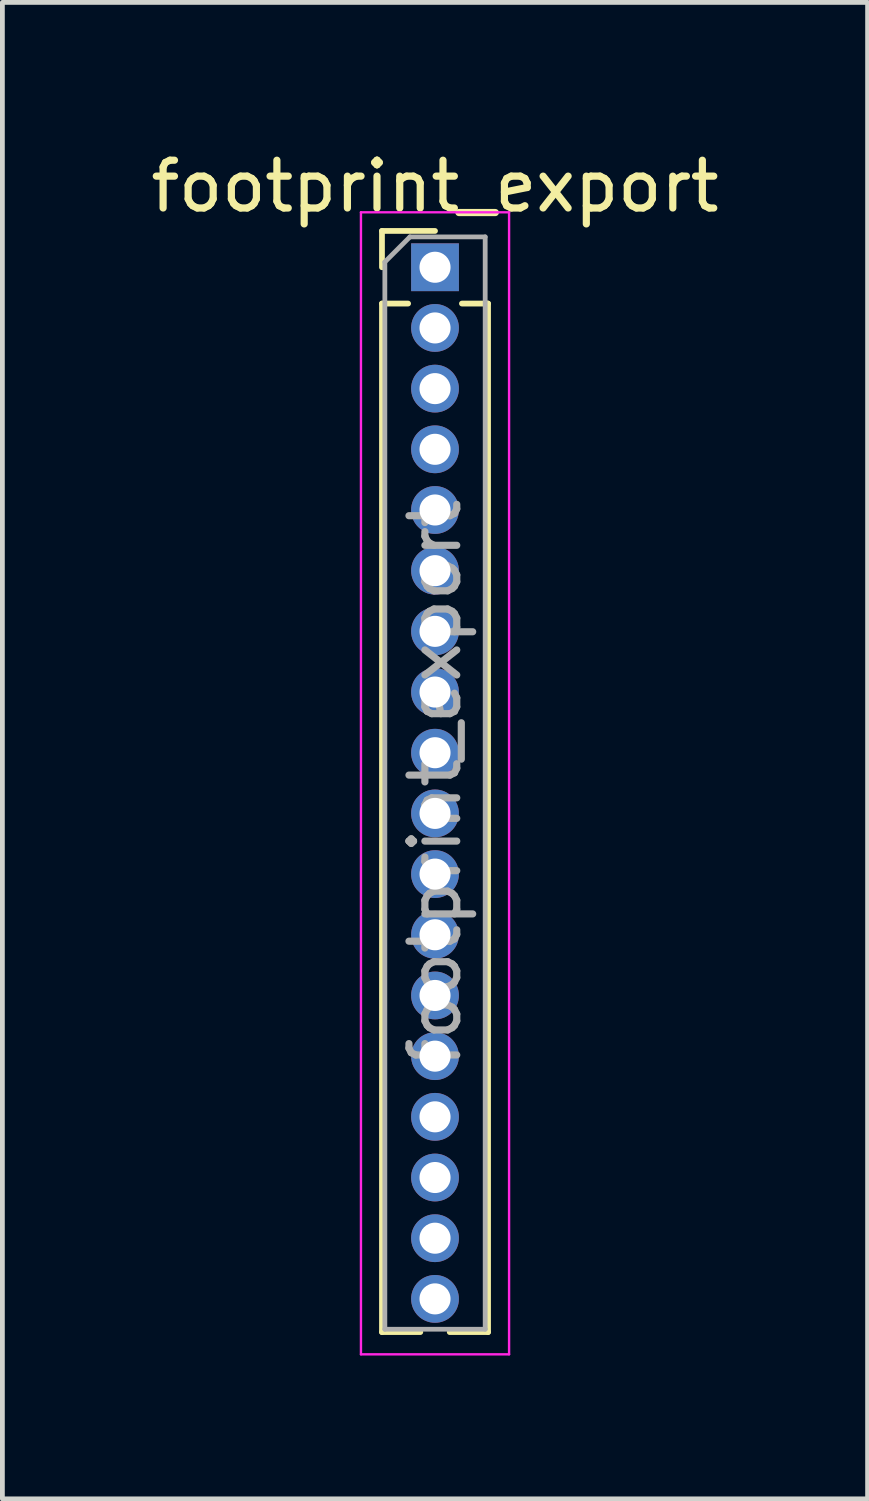
<source format=kicad_pcb>
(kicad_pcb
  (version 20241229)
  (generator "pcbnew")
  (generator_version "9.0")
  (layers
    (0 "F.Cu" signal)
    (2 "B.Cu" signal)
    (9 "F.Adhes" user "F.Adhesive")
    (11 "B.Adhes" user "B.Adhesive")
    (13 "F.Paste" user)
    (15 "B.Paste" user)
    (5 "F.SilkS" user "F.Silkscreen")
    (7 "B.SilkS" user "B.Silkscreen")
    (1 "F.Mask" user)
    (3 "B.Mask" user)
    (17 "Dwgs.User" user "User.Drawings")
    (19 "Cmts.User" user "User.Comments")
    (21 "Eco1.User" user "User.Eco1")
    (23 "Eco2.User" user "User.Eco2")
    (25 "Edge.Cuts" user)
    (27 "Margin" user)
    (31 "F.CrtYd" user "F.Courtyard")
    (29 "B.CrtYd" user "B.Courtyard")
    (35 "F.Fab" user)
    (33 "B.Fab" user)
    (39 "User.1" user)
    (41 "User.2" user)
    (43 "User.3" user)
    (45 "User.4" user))
  (footprint "footprint_export"
    (layer "F.Cu")
    (at 6.054 2.543)
    (property "Reference" "footprint_export" (at 0 -1.695 0) (layer "F.SilkS") (effects (font (size 1 1) (thickness 0.15))))
    (attr through_hole)
    (fp_line (start -1.11 -0.76) (end 0 -0.76) (stroke (width 0.12) (type solid)) (layer "F.SilkS"))
    (fp_line (start -1.11 0) (end -1.11 -0.76) (stroke (width 0.12) (type solid)) (layer "F.SilkS"))
    (fp_line (start -1.11 0.76) (end -1.11 22.285) (stroke (width 0.12) (type solid)) (layer "F.SilkS"))
    (fp_line (start -1.11 0.76) (end -0.563 0.76) (stroke (width 0.12) (type solid)) (layer "F.SilkS"))
    (fp_line (start -1.11 22.285) (end -0.308 22.285) (stroke (width 0.12) (type solid)) (layer "F.SilkS"))
    (fp_line (start 0.308 22.285) (end 1.11 22.285) (stroke (width 0.12) (type solid)) (layer "F.SilkS"))
    (fp_line (start 0.563 0.76) (end 1.11 0.76) (stroke (width 0.12) (type solid)) (layer "F.SilkS"))
    (fp_line (start 1.11 0.76) (end 1.11 22.285) (stroke (width 0.12) (type solid)) (layer "F.SilkS"))
    (fp_line (start -1.55 -1.15) (end -1.55 22.75) (stroke (width 0.05) (type solid)) (layer "F.CrtYd"))
    (fp_line (start -1.55 22.75) (end 1.55 22.75) (stroke (width 0.05) (type solid)) (layer "F.CrtYd"))
    (fp_line (start 1.55 -1.15) (end -1.55 -1.15) (stroke (width 0.05) (type solid)) (layer "F.CrtYd"))
    (fp_line (start 1.55 22.75) (end 1.55 -1.15) (stroke (width 0.05) (type solid)) (layer "F.CrtYd"))
    (fp_line (start -1.05 -0.11) (end -0.525 -0.635) (stroke (width 0.1) (type solid)) (layer "F.Fab"))
    (fp_line (start -1.05 22.225) (end -1.05 -0.11) (stroke (width 0.1) (type solid)) (layer "F.Fab"))
    (fp_line (start -0.525 -0.635) (end 1.05 -0.635) (stroke (width 0.1) (type solid)) (layer "F.Fab"))
    (fp_line (start 1.05 -0.635) (end 1.05 22.225) (stroke (width 0.1) (type solid)) (layer "F.Fab"))
    (fp_line (start 1.05 22.225) (end -1.05 22.225) (stroke (width 0.1) (type solid)) (layer "F.Fab"))
    (fp_text user "${REFERENCE}" (at 0 10.795 90) (layer "F.Fab") (effects (font (size 1 1) (thickness 0.15))))
    (pad "1" thru_hole rect (at 0 0) (size 1 1) (drill 0.65) (layers "*.Cu" "*.Mask"))
    (pad "2" thru_hole oval (at 0 1.27) (size 1 1) (drill 0.65) (layers "*.Cu" "*.Mask"))
    (pad "3" thru_hole oval (at 0 2.54) (size 1 1) (drill 0.65) (layers "*.Cu" "*.Mask"))
    (pad "4" thru_hole oval (at 0 3.81) (size 1 1) (drill 0.65) (layers "*.Cu" "*.Mask"))
    (pad "5" thru_hole oval (at 0 5.08) (size 1 1) (drill 0.65) (layers "*.Cu" "*.Mask"))
    (pad "6" thru_hole oval (at 0 6.35) (size 1 1) (drill 0.65) (layers "*.Cu" "*.Mask"))
    (pad "7" thru_hole oval (at 0 7.62) (size 1 1) (drill 0.65) (layers "*.Cu" "*.Mask"))
    (pad "8" thru_hole oval (at 0 8.89) (size 1 1) (drill 0.65) (layers "*.Cu" "*.Mask"))
    (pad "9" thru_hole oval (at 0 10.16) (size 1 1) (drill 0.65) (layers "*.Cu" "*.Mask"))
    (pad "10" thru_hole oval (at 0 11.43) (size 1 1) (drill 0.65) (layers "*.Cu" "*.Mask"))
    (pad "11" thru_hole oval (at 0 12.7) (size 1 1) (drill 0.65) (layers "*.Cu" "*.Mask"))
    (pad "12" thru_hole oval (at 0 13.97) (size 1 1) (drill 0.65) (layers "*.Cu" "*.Mask"))
    (pad "13" thru_hole oval (at 0 15.24) (size 1 1) (drill 0.65) (layers "*.Cu" "*.Mask"))
    (pad "14" thru_hole oval (at 0 16.51) (size 1 1) (drill 0.65) (layers "*.Cu" "*.Mask"))
    (pad "15" thru_hole oval (at 0 17.78) (size 1 1) (drill 0.65) (layers "*.Cu" "*.Mask"))
    (pad "16" thru_hole oval (at 0 19.05) (size 1 1) (drill 0.65) (layers "*.Cu" "*.Mask"))
    (pad "17" thru_hole oval (at 0 20.32) (size 1 1) (drill 0.65) (layers "*.Cu" "*.Mask"))
    (pad "18" thru_hole oval (at 0 21.59) (size 1 1) (drill 0.65) (layers "*.Cu" "*.Mask")))
  (gr_rect
    (start -3 -3)
    (end 15.107 28.318)
    (stroke (width 0.1) (type default))
    (fill no)
    (layer "Edge.Cuts")))
</source>
